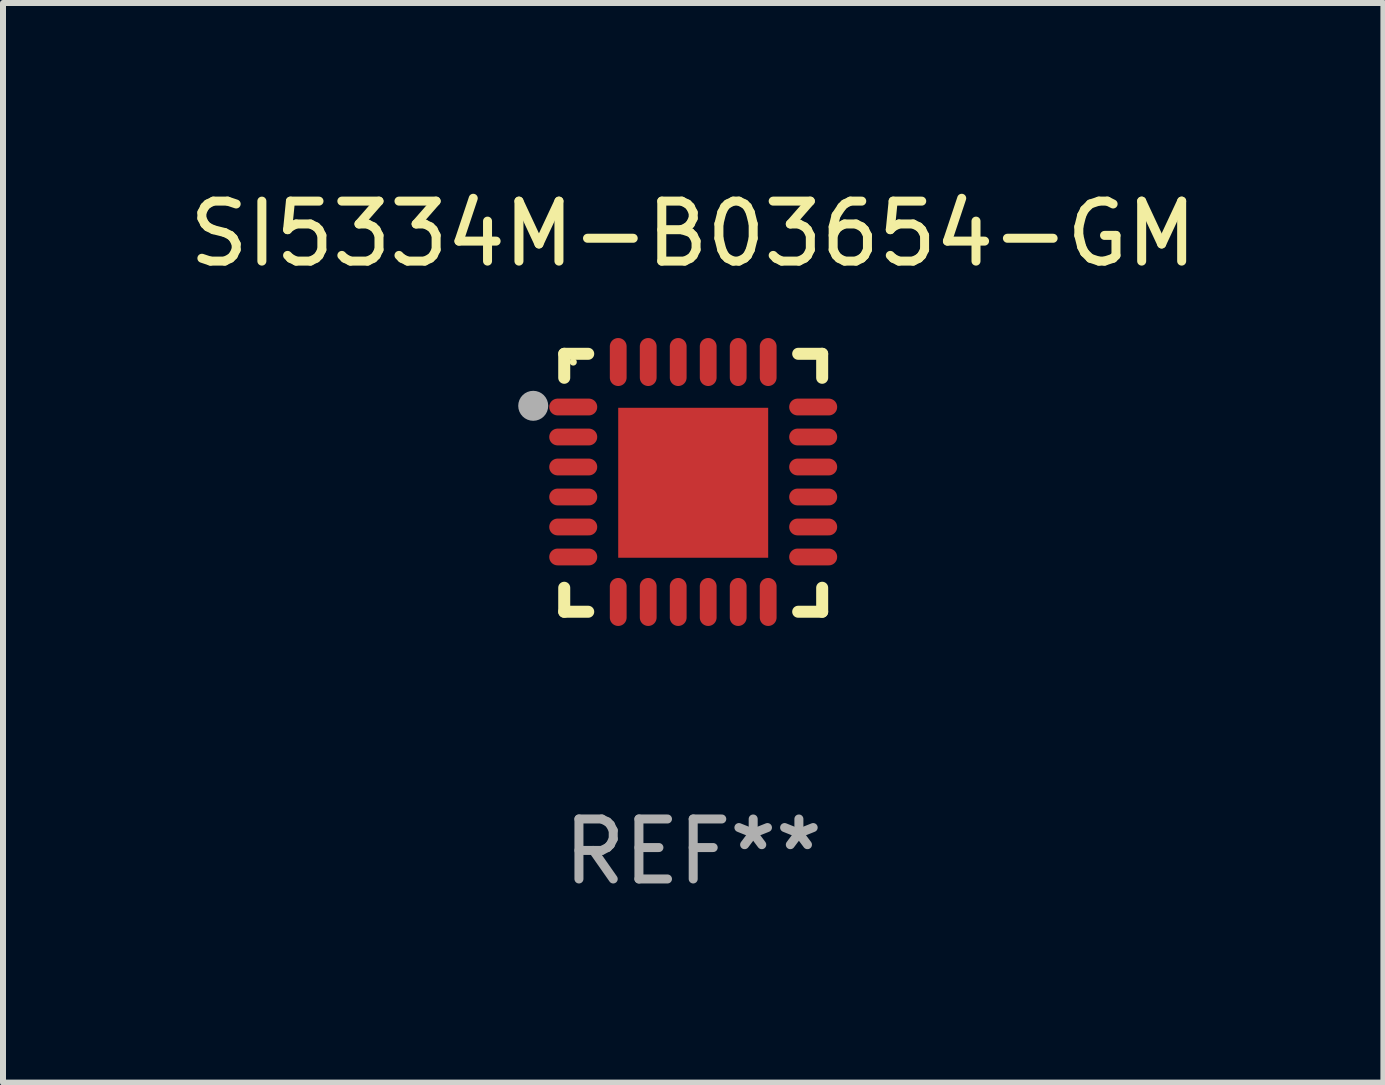
<source format=kicad_pcb>
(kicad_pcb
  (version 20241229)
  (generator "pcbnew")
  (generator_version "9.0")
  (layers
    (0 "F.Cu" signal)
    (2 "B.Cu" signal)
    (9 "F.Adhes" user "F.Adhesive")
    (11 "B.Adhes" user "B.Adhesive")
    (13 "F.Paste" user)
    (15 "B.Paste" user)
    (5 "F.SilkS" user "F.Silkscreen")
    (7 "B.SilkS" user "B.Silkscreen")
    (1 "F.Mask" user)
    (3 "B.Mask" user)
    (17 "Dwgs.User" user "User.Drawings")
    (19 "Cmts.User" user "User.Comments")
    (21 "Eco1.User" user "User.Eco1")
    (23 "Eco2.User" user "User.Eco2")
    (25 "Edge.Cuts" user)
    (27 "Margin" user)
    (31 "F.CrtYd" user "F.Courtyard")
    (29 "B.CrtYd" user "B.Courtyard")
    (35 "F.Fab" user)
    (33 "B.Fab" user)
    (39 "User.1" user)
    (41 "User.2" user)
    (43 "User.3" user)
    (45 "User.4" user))
  (footprint "SI5334M-B03654-GM"
    (layer "F.Cu")
    (at 8.506 4.998)
    (property "Reference" "SI5334M-B03654-GM" (at 0 -4.15 0) (layer "F.SilkS") (effects (font (size 1 1) (thickness 0.15))))
    (attr through_hole)
    (fp_line (start -2.15 -2.15) (end -1.75 -2.15) (stroke (width 0.2) (type solid)) (layer "F.SilkS"))
    (fp_line (start -2.15 -1.75) (end -2.15 -2.15) (stroke (width 0.2) (type solid)) (layer "F.SilkS"))
    (fp_line (start -2.15 2.15) (end -2.15 1.75) (stroke (width 0.2) (type solid)) (layer "F.SilkS"))
    (fp_line (start -1.75 2.15) (end -2.15 2.15) (stroke (width 0.2) (type solid)) (layer "F.SilkS"))
    (fp_line (start 1.75 -2.15) (end 2.15 -2.15) (stroke (width 0.2) (type solid)) (layer "F.SilkS"))
    (fp_line (start 1.75 2.15) (end 2.15 2.15) (stroke (width 0.2) (type solid)) (layer "F.SilkS"))
    (fp_line (start 2.15 -2.15) (end 2.15 -1.75) (stroke (width 0.2) (type solid)) (layer "F.SilkS"))
    (fp_line (start 2.15 2.15) (end 2.15 1.75) (stroke (width 0.2) (type solid)) (layer "F.SilkS"))
    (fp_circle (center -2 -2.013) (end -1.97 -2.013) (stroke (width 0.06) (type solid)) (fill no) (layer "F.SilkS"))
    (fp_circle (center -2.667 -1.283) (end -2.542 -1.283) (stroke (width 0.25) (type solid)) (fill no) (layer "F.Fab"))
    (fp_text user "REF**" (at 0 6.15 0) (layer "F.Fab") (effects (font (size 1 1) (thickness 0.15))))
    (pad "1" smd oval (at -2 -1.263) (size 0.8 0.28) (layers "F.Cu" "F.Mask" "F.Paste"))
    (pad "2" smd oval (at -2 -0.763) (size 0.8 0.28) (layers "F.Cu" "F.Mask" "F.Paste"))
    (pad "3" smd oval (at -2 -0.263) (size 0.8 0.28) (layers "F.Cu" "F.Mask" "F.Paste"))
    (pad "4" smd oval (at -2 0.237) (size 0.8 0.28) (layers "F.Cu" "F.Mask" "F.Paste"))
    (pad "5" smd oval (at -2 0.737) (size 0.8 0.28) (layers "F.Cu" "F.Mask" "F.Paste"))
    (pad "6" smd oval (at -2 1.237) (size 0.8 0.28) (layers "F.Cu" "F.Mask" "F.Paste"))
    (pad "7" smd oval (at -1.25 1.987) (size 0.28 0.8) (layers "F.Cu" "F.Mask" "F.Paste"))
    (pad "8" smd oval (at -0.75 1.987) (size 0.28 0.8) (layers "F.Cu" "F.Mask" "F.Paste"))
    (pad "9" smd oval (at -0.25 1.987) (size 0.28 0.8) (layers "F.Cu" "F.Mask" "F.Paste"))
    (pad "10" smd oval (at 0.25 1.987) (size 0.28 0.8) (layers "F.Cu" "F.Mask" "F.Paste"))
    (pad "11" smd oval (at 0.75 1.987) (size 0.28 0.8) (layers "F.Cu" "F.Mask" "F.Paste"))
    (pad "12" smd oval (at 1.25 1.987) (size 0.28 0.8) (layers "F.Cu" "F.Mask" "F.Paste"))
    (pad "13" smd oval (at 2 1.237) (size 0.8 0.28) (layers "F.Cu" "F.Mask" "F.Paste"))
    (pad "14" smd oval (at 2 0.737) (size 0.8 0.28) (layers "F.Cu" "F.Mask" "F.Paste"))
    (pad "15" smd oval (at 2 0.237) (size 0.8 0.28) (layers "F.Cu" "F.Mask" "F.Paste"))
    (pad "16" smd oval (at 2 -0.263) (size 0.8 0.28) (layers "F.Cu" "F.Mask" "F.Paste"))
    (pad "17" smd oval (at 2 -0.763) (size 0.8 0.28) (layers "F.Cu" "F.Mask" "F.Paste"))
    (pad "18" smd oval (at 2 -1.263) (size 0.8 0.28) (layers "F.Cu" "F.Mask" "F.Paste"))
    (pad "19" smd oval (at 1.25 -2.013) (size 0.28 0.8) (layers "F.Cu" "F.Mask" "F.Paste"))
    (pad "20" smd oval (at 0.75 -2.013) (size 0.28 0.8) (layers "F.Cu" "F.Mask" "F.Paste"))
    (pad "21" smd oval (at 0.25 -2.013) (size 0.28 0.8) (layers "F.Cu" "F.Mask" "F.Paste"))
    (pad "22" smd oval (at -0.25 -2.013) (size 0.28 0.8) (layers "F.Cu" "F.Mask" "F.Paste"))
    (pad "23" smd oval (at -0.75 -2.013) (size 0.28 0.8) (layers "F.Cu" "F.Mask" "F.Paste"))
    (pad "24" smd oval (at -1.25 -2.013) (size 0.28 0.8) (layers "F.Cu" "F.Mask" "F.Paste"))
    (pad "25" smd rect (at -0.000127 -0.00014) (size 2.5 2.5) (layers "F.Cu" "F.Mask" "F.Paste")))
  (gr_rect
    (start -3 -3)
    (end 20.012 14.997)
    (stroke (width 0.1) (type default))
    (fill no)
    (layer "Edge.Cuts")))
</source>
